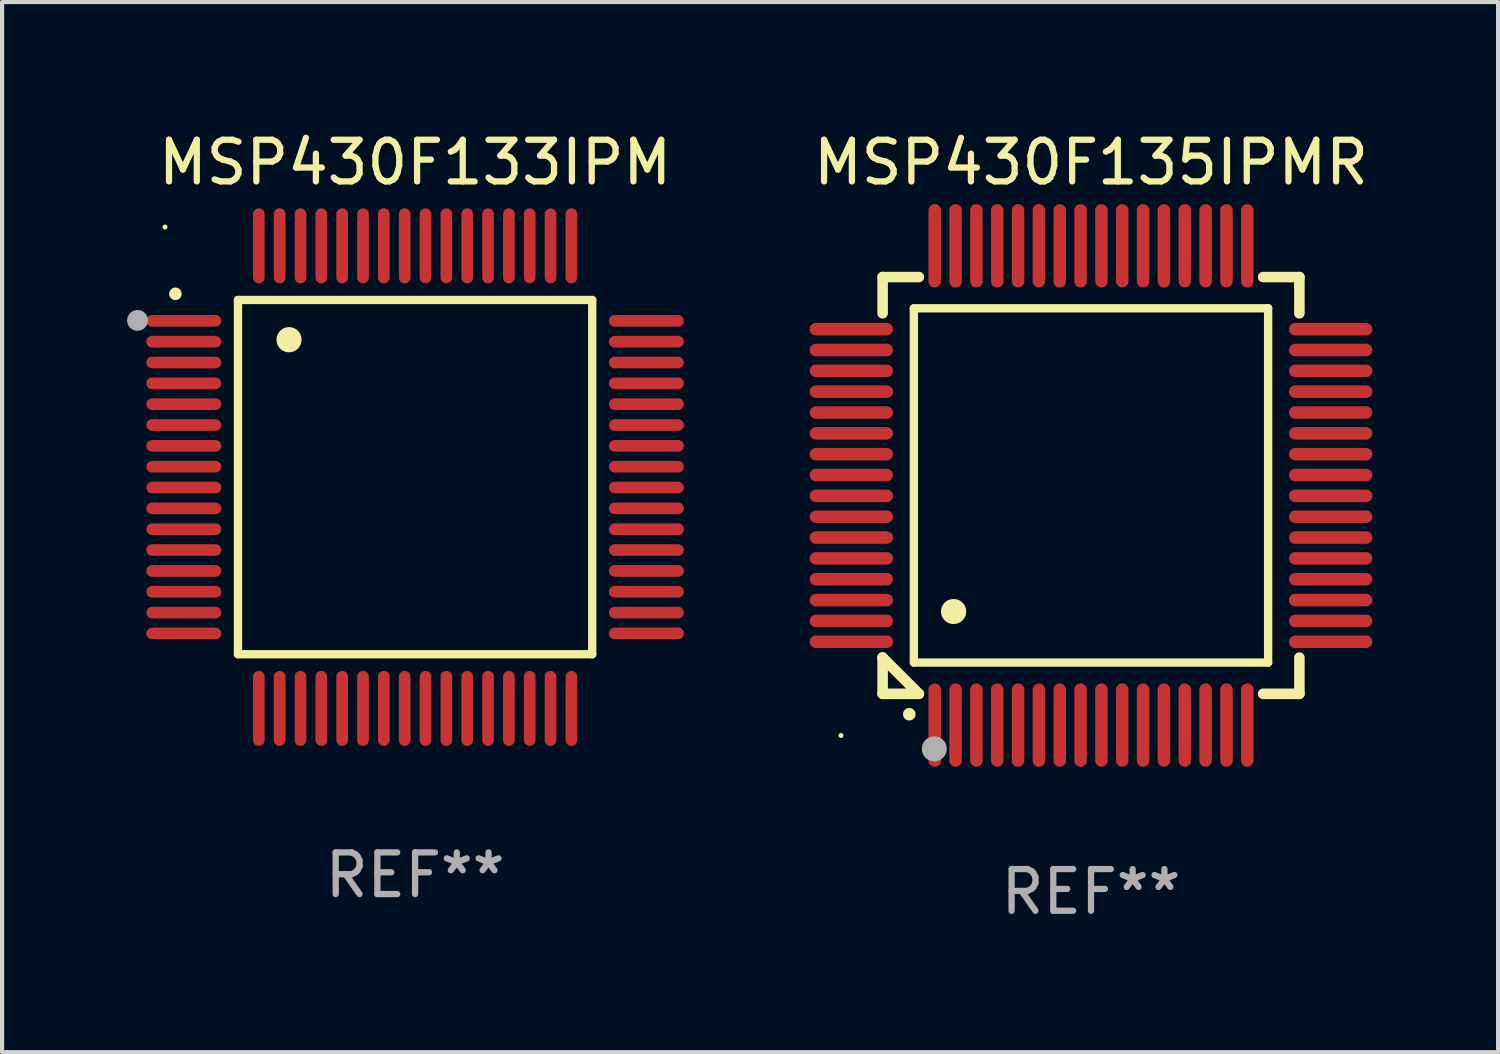
<source format=kicad_pcb>
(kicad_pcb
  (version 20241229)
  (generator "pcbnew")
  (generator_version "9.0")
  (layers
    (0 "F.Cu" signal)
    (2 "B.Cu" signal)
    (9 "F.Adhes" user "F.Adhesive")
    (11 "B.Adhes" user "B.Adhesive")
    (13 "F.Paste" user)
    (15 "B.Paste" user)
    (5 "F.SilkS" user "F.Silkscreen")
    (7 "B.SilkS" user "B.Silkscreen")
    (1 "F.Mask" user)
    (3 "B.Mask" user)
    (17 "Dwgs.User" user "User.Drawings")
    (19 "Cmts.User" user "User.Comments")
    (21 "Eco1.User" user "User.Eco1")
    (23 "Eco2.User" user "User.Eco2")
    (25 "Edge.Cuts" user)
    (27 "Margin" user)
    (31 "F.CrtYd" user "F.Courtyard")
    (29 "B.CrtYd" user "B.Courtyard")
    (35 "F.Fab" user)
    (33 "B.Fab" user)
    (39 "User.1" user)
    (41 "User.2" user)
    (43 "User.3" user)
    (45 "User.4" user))
  (footprint "MSP430F133IPM"
    (layer "F.Cu")
    (at 6.91 8.398)
    (property "Reference" "MSP430F133IPM" (at 0 -7.55 0) (layer "F.SilkS") (effects (font (size 1 1) (thickness 0.15))))
    (attr through_hole)
    (fp_line (start -4.25 -4.25) (end -4.25 4.25) (stroke (width 0.2) (type solid)) (layer "F.SilkS"))
    (fp_line (start -4.25 4.25) (end 4.25 4.25) (stroke (width 0.2) (type solid)) (layer "F.SilkS"))
    (fp_line (start 4.25 -4.25) (end -4.25 -4.25) (stroke (width 0.2) (type solid)) (layer "F.SilkS"))
    (fp_line (start 4.25 4.25) (end 4.25 -4.25) (stroke (width 0.2) (type solid)) (layer "F.SilkS"))
    (fp_arc (start -5.750572 -4.396749) (mid -5.750577 -4.398019) (end -5.750572 -4.399289) (stroke (width 0.3) (type solid)) (layer "F.SilkS"))
    (fp_arc (start -3.025146 -3.294387) (mid -3.025157 -3.296927) (end -3.025146 -3.299467) (stroke (width 0.6) (type solid)) (layer "F.SilkS"))
    (fp_circle (center -6 -6) (end -5.97 -6) (stroke (width 0.06) (type solid)) (fill no) (layer "F.SilkS"))
    (fp_circle (center -6.66 -3.76) (end -6.535 -3.76) (stroke (width 0.25) (type solid)) (fill no) (layer "F.Fab"))
    (fp_text user "REF**" (at 0 9.55 0) (layer "F.Fab") (effects (font (size 1 1) (thickness 0.15))))
    (pad "1" smd oval (at -5.55 -3.75) (size 1.8 0.28) (layers "F.Cu" "F.Mask" "F.Paste"))
    (pad "2" smd oval (at -5.55 -3.25) (size 1.8 0.28) (layers "F.Cu" "F.Mask" "F.Paste"))
    (pad "3" smd oval (at -5.55 -2.75) (size 1.8 0.28) (layers "F.Cu" "F.Mask" "F.Paste"))
    (pad "4" smd oval (at -5.55 -2.25) (size 1.8 0.28) (layers "F.Cu" "F.Mask" "F.Paste"))
    (pad "5" smd oval (at -5.55 -1.75) (size 1.8 0.28) (layers "F.Cu" "F.Mask" "F.Paste"))
    (pad "6" smd oval (at -5.55 -1.25) (size 1.8 0.28) (layers "F.Cu" "F.Mask" "F.Paste"))
    (pad "7" smd oval (at -5.55 -0.75) (size 1.8 0.28) (layers "F.Cu" "F.Mask" "F.Paste"))
    (pad "8" smd oval (at -5.55 -0.25) (size 1.8 0.28) (layers "F.Cu" "F.Mask" "F.Paste"))
    (pad "9" smd oval (at -5.55 0.25) (size 1.8 0.28) (layers "F.Cu" "F.Mask" "F.Paste"))
    (pad "10" smd oval (at -5.55 0.75) (size 1.8 0.28) (layers "F.Cu" "F.Mask" "F.Paste"))
    (pad "11" smd oval (at -5.55 1.25) (size 1.8 0.28) (layers "F.Cu" "F.Mask" "F.Paste"))
    (pad "12" smd oval (at -5.55 1.75) (size 1.8 0.28) (layers "F.Cu" "F.Mask" "F.Paste"))
    (pad "13" smd oval (at -5.55 2.25) (size 1.8 0.28) (layers "F.Cu" "F.Mask" "F.Paste"))
    (pad "14" smd oval (at -5.55 2.75) (size 1.8 0.28) (layers "F.Cu" "F.Mask" "F.Paste"))
    (pad "15" smd oval (at -5.55 3.25) (size 1.8 0.28) (layers "F.Cu" "F.Mask" "F.Paste"))
    (pad "16" smd oval (at -5.55 3.75) (size 1.8 0.28) (layers "F.Cu" "F.Mask" "F.Paste"))
    (pad "17" smd oval (at -3.75 5.55) (size 0.28 1.8) (layers "F.Cu" "F.Mask" "F.Paste"))
    (pad "18" smd oval (at -3.25 5.55) (size 0.28 1.8) (layers "F.Cu" "F.Mask" "F.Paste"))
    (pad "19" smd oval (at -2.75 5.55) (size 0.28 1.8) (layers "F.Cu" "F.Mask" "F.Paste"))
    (pad "20" smd oval (at -2.25 5.55) (size 0.28 1.8) (layers "F.Cu" "F.Mask" "F.Paste"))
    (pad "21" smd oval (at -1.75 5.55) (size 0.28 1.8) (layers "F.Cu" "F.Mask" "F.Paste"))
    (pad "22" smd oval (at -1.25 5.55) (size 0.28 1.8) (layers "F.Cu" "F.Mask" "F.Paste"))
    (pad "23" smd oval (at -0.75 5.55) (size 0.28 1.8) (layers "F.Cu" "F.Mask" "F.Paste"))
    (pad "24" smd oval (at -0.25 5.55) (size 0.28 1.8) (layers "F.Cu" "F.Mask" "F.Paste"))
    (pad "25" smd oval (at 0.25 5.55) (size 0.28 1.8) (layers "F.Cu" "F.Mask" "F.Paste"))
    (pad "26" smd oval (at 0.75 5.55) (size 0.28 1.8) (layers "F.Cu" "F.Mask" "F.Paste"))
    (pad "27" smd oval (at 1.25 5.55) (size 0.28 1.8) (layers "F.Cu" "F.Mask" "F.Paste"))
    (pad "28" smd oval (at 1.75 5.55) (size 0.28 1.8) (layers "F.Cu" "F.Mask" "F.Paste"))
    (pad "29" smd oval (at 2.25 5.55) (size 0.28 1.8) (layers "F.Cu" "F.Mask" "F.Paste"))
    (pad "30" smd oval (at 2.75 5.55) (size 0.28 1.8) (layers "F.Cu" "F.Mask" "F.Paste"))
    (pad "31" smd oval (at 3.25 5.55) (size 0.28 1.8) (layers "F.Cu" "F.Mask" "F.Paste"))
    (pad "32" smd oval (at 3.75 5.55) (size 0.28 1.8) (layers "F.Cu" "F.Mask" "F.Paste"))
    (pad "33" smd oval (at 5.55 3.75) (size 1.8 0.28) (layers "F.Cu" "F.Mask" "F.Paste"))
    (pad "34" smd oval (at 5.55 3.25) (size 1.8 0.28) (layers "F.Cu" "F.Mask" "F.Paste"))
    (pad "35" smd oval (at 5.55 2.75) (size 1.8 0.28) (layers "F.Cu" "F.Mask" "F.Paste"))
    (pad "36" smd oval (at 5.55 2.25) (size 1.8 0.28) (layers "F.Cu" "F.Mask" "F.Paste"))
    (pad "37" smd oval (at 5.55 1.75) (size 1.8 0.28) (layers "F.Cu" "F.Mask" "F.Paste"))
    (pad "38" smd oval (at 5.55 1.25) (size 1.8 0.28) (layers "F.Cu" "F.Mask" "F.Paste"))
    (pad "39" smd oval (at 5.55 0.75) (size 1.8 0.28) (layers "F.Cu" "F.Mask" "F.Paste"))
    (pad "40" smd oval (at 5.55 0.25) (size 1.8 0.28) (layers "F.Cu" "F.Mask" "F.Paste"))
    (pad "41" smd oval (at 5.55 -0.25) (size 1.8 0.28) (layers "F.Cu" "F.Mask" "F.Paste"))
    (pad "42" smd oval (at 5.55 -0.75) (size 1.8 0.28) (layers "F.Cu" "F.Mask" "F.Paste"))
    (pad "43" smd oval (at 5.55 -1.25) (size 1.8 0.28) (layers "F.Cu" "F.Mask" "F.Paste"))
    (pad "44" smd oval (at 5.55 -1.75) (size 1.8 0.28) (layers "F.Cu" "F.Mask" "F.Paste"))
    (pad "45" smd oval (at 5.55 -2.25) (size 1.8 0.28) (layers "F.Cu" "F.Mask" "F.Paste"))
    (pad "46" smd oval (at 5.55 -2.75) (size 1.8 0.28) (layers "F.Cu" "F.Mask" "F.Paste"))
    (pad "47" smd oval (at 5.55 -3.25) (size 1.8 0.28) (layers "F.Cu" "F.Mask" "F.Paste"))
    (pad "48" smd oval (at 5.55 -3.75) (size 1.8 0.28) (layers "F.Cu" "F.Mask" "F.Paste"))
    (pad "49" smd oval (at 3.75 -5.55) (size 0.28 1.8) (layers "F.Cu" "F.Mask" "F.Paste"))
    (pad "50" smd oval (at 3.25 -5.55) (size 0.28 1.8) (layers "F.Cu" "F.Mask" "F.Paste"))
    (pad "51" smd oval (at 2.75 -5.55) (size 0.28 1.8) (layers "F.Cu" "F.Mask" "F.Paste"))
    (pad "52" smd oval (at 2.25 -5.55) (size 0.28 1.8) (layers "F.Cu" "F.Mask" "F.Paste"))
    (pad "53" smd oval (at 1.75 -5.55) (size 0.28 1.8) (layers "F.Cu" "F.Mask" "F.Paste"))
    (pad "54" smd oval (at 1.25 -5.55) (size 0.28 1.8) (layers "F.Cu" "F.Mask" "F.Paste"))
    (pad "55" smd oval (at 0.75 -5.55) (size 0.28 1.8) (layers "F.Cu" "F.Mask" "F.Paste"))
    (pad "56" smd oval (at 0.25 -5.55) (size 0.28 1.8) (layers "F.Cu" "F.Mask" "F.Paste"))
    (pad "57" smd oval (at -0.25 -5.55) (size 0.28 1.8) (layers "F.Cu" "F.Mask" "F.Paste"))
    (pad "58" smd oval (at -0.75 -5.55) (size 0.28 1.8) (layers "F.Cu" "F.Mask" "F.Paste"))
    (pad "59" smd oval (at -1.25 -5.55) (size 0.28 1.8) (layers "F.Cu" "F.Mask" "F.Paste"))
    (pad "60" smd oval (at -1.75 -5.55) (size 0.28 1.8) (layers "F.Cu" "F.Mask" "F.Paste"))
    (pad "61" smd oval (at -2.25 -5.55) (size 0.28 1.8) (layers "F.Cu" "F.Mask" "F.Paste"))
    (pad "62" smd oval (at -2.75 -5.55) (size 0.28 1.8) (layers "F.Cu" "F.Mask" "F.Paste"))
    (pad "63" smd oval (at -3.25 -5.55) (size 0.28 1.8) (layers "F.Cu" "F.Mask" "F.Paste"))
    (pad "64" smd oval (at -3.75 -5.55) (size 0.28 1.8) (layers "F.Cu" "F.Mask" "F.Paste")))
  (footprint "MSP430F135IPMR"
    (layer "F.Cu")
    (at 23.128 8.598)
    (property "Reference" "MSP430F135IPMR" (at 0 -7.75 0) (layer "F.SilkS") (effects (font (size 1 1) (thickness 0.15))))
    (attr through_hole)
    (fp_line (start -5 -5) (end -4.131 -5) (stroke (width 0.254) (type solid)) (layer "F.SilkS"))
    (fp_line (start -5 -4.131) (end -5 -5) (stroke (width 0.254) (type solid)) (layer "F.SilkS"))
    (fp_line (start -5 4.131) (end -5 4.131) (stroke (width 0.254) (type solid)) (layer "F.SilkS"))
    (fp_line (start -5 5) (end -5 4.131) (stroke (width 0.254) (type solid)) (layer "F.SilkS"))
    (fp_line (start -5 4.131) (end -4.131 5) (stroke (width 0.254) (type solid)) (layer "F.SilkS"))
    (fp_line (start -4.25 -4.25) (end -4.25 4.25) (stroke (width 0.2) (type solid)) (layer "F.SilkS"))
    (fp_line (start -4.25 4.25) (end 4.25 4.25) (stroke (width 0.2) (type solid)) (layer "F.SilkS"))
    (fp_line (start -4.131 5) (end -5 5) (stroke (width 0.254) (type solid)) (layer "F.SilkS"))
    (fp_line (start 4.25 -4.25) (end -4.25 -4.25) (stroke (width 0.2) (type solid)) (layer "F.SilkS"))
    (fp_line (start 4.25 4.25) (end 4.25 -4.25) (stroke (width 0.2) (type solid)) (layer "F.SilkS"))
    (fp_line (start 5 -5) (end 4.131 -5) (stroke (width 0.254) (type solid)) (layer "F.SilkS"))
    (fp_line (start 5 -5) (end 5 -4.131) (stroke (width 0.254) (type solid)) (layer "F.SilkS"))
    (fp_line (start 5 4.131) (end 5 5) (stroke (width 0.254) (type solid)) (layer "F.SilkS"))
    (fp_line (start 5 5) (end 4.131 5) (stroke (width 0.254) (type solid)) (layer "F.SilkS"))
    (fp_arc (start -4.361265 5.489992) (mid -4.359995 5.489987) (end -4.358725 5.489992) (stroke (width 0.3) (type solid)) (layer "F.SilkS"))
    (fp_arc (start -3.299467 3.025146) (mid -3.296927 3.025135) (end -3.294387 3.025146) (stroke (width 0.6) (type solid)) (layer "F.SilkS"))
    (fp_circle (center -6 6) (end -5.97 6) (stroke (width 0.06) (type solid)) (fill no) (layer "F.SilkS"))
    (fp_circle (center -3.76 6.32) (end -3.61 6.32) (stroke (width 0.3) (type solid)) (fill no) (layer "F.Fab"))
    (fp_text user "REF**" (at 0 9.75 0) (layer "F.Fab") (effects (font (size 1 1) (thickness 0.15))))
    (pad "1" smd oval (at -3.75 5.75) (size 0.3 2) (layers "F.Cu" "F.Mask" "F.Paste"))
    (pad "2" smd oval (at -3.25 5.75) (size 0.3 2) (layers "F.Cu" "F.Mask" "F.Paste"))
    (pad "3" smd oval (at -2.75 5.75) (size 0.3 2) (layers "F.Cu" "F.Mask" "F.Paste"))
    (pad "4" smd oval (at -2.25 5.75) (size 0.3 2) (layers "F.Cu" "F.Mask" "F.Paste"))
    (pad "5" smd oval (at -1.75 5.75) (size 0.3 2) (layers "F.Cu" "F.Mask" "F.Paste"))
    (pad "6" smd oval (at -1.25 5.75) (size 0.3 2) (layers "F.Cu" "F.Mask" "F.Paste"))
    (pad "7" smd oval (at -0.75 5.75) (size 0.3 2) (layers "F.Cu" "F.Mask" "F.Paste"))
    (pad "8" smd oval (at -0.25 5.75) (size 0.3 2) (layers "F.Cu" "F.Mask" "F.Paste"))
    (pad "9" smd oval (at 0.25 5.75) (size 0.3 2) (layers "F.Cu" "F.Mask" "F.Paste"))
    (pad "10" smd oval (at 0.75 5.75) (size 0.3 2) (layers "F.Cu" "F.Mask" "F.Paste"))
    (pad "11" smd oval (at 1.25 5.75) (size 0.3 2) (layers "F.Cu" "F.Mask" "F.Paste"))
    (pad "12" smd oval (at 1.75 5.75) (size 0.3 2) (layers "F.Cu" "F.Mask" "F.Paste"))
    (pad "13" smd oval (at 2.25 5.75) (size 0.3 2) (layers "F.Cu" "F.Mask" "F.Paste"))
    (pad "14" smd oval (at 2.75 5.75) (size 0.3 2) (layers "F.Cu" "F.Mask" "F.Paste"))
    (pad "15" smd oval (at 3.25 5.75) (size 0.3 2) (layers "F.Cu" "F.Mask" "F.Paste"))
    (pad "16" smd oval (at 3.75 5.75) (size 0.3 2) (layers "F.Cu" "F.Mask" "F.Paste"))
    (pad "17" smd oval (at 5.75 3.75) (size 2 0.3) (layers "F.Cu" "F.Mask" "F.Paste"))
    (pad "18" smd oval (at 5.75 3.25) (size 2 0.3) (layers "F.Cu" "F.Mask" "F.Paste"))
    (pad "19" smd oval (at 5.75 2.75) (size 2 0.3) (layers "F.Cu" "F.Mask" "F.Paste"))
    (pad "20" smd oval (at 5.75 2.25) (size 2 0.3) (layers "F.Cu" "F.Mask" "F.Paste"))
    (pad "21" smd oval (at 5.75 1.75) (size 2 0.3) (layers "F.Cu" "F.Mask" "F.Paste"))
    (pad "22" smd oval (at 5.75 1.25) (size 2 0.3) (layers "F.Cu" "F.Mask" "F.Paste"))
    (pad "23" smd oval (at 5.75 0.75) (size 2 0.3) (layers "F.Cu" "F.Mask" "F.Paste"))
    (pad "24" smd oval (at 5.75 0.25) (size 2 0.3) (layers "F.Cu" "F.Mask" "F.Paste"))
    (pad "25" smd oval (at 5.75 -0.25) (size 2 0.3) (layers "F.Cu" "F.Mask" "F.Paste"))
    (pad "26" smd oval (at 5.75 -0.75) (size 2 0.3) (layers "F.Cu" "F.Mask" "F.Paste"))
    (pad "27" smd oval (at 5.75 -1.25) (size 2 0.3) (layers "F.Cu" "F.Mask" "F.Paste"))
    (pad "28" smd oval (at 5.75 -1.75) (size 2 0.3) (layers "F.Cu" "F.Mask" "F.Paste"))
    (pad "29" smd oval (at 5.75 -2.25) (size 2 0.3) (layers "F.Cu" "F.Mask" "F.Paste"))
    (pad "30" smd oval (at 5.75 -2.75) (size 2 0.3) (layers "F.Cu" "F.Mask" "F.Paste"))
    (pad "31" smd oval (at 5.75 -3.25) (size 2 0.3) (layers "F.Cu" "F.Mask" "F.Paste"))
    (pad "32" smd oval (at 5.75 -3.75) (size 2 0.3) (layers "F.Cu" "F.Mask" "F.Paste"))
    (pad "33" smd oval (at 3.75 -5.75) (size 0.3 2) (layers "F.Cu" "F.Mask" "F.Paste"))
    (pad "34" smd oval (at 3.25 -5.75) (size 0.3 2) (layers "F.Cu" "F.Mask" "F.Paste"))
    (pad "35" smd oval (at 2.75 -5.75) (size 0.3 2) (layers "F.Cu" "F.Mask" "F.Paste"))
    (pad "36" smd oval (at 2.25 -5.75) (size 0.3 2) (layers "F.Cu" "F.Mask" "F.Paste"))
    (pad "37" smd oval (at 1.75 -5.75) (size 0.3 2) (layers "F.Cu" "F.Mask" "F.Paste"))
    (pad "38" smd oval (at 1.25 -5.75) (size 0.3 2) (layers "F.Cu" "F.Mask" "F.Paste"))
    (pad "39" smd oval (at 0.75 -5.75) (size 0.3 2) (layers "F.Cu" "F.Mask" "F.Paste"))
    (pad "40" smd oval (at 0.25 -5.75) (size 0.3 2) (layers "F.Cu" "F.Mask" "F.Paste"))
    (pad "41" smd oval (at -0.25 -5.75) (size 0.3 2) (layers "F.Cu" "F.Mask" "F.Paste"))
    (pad "42" smd oval (at -0.75 -5.75) (size 0.3 2) (layers "F.Cu" "F.Mask" "F.Paste"))
    (pad "43" smd oval (at -1.25 -5.75) (size 0.3 2) (layers "F.Cu" "F.Mask" "F.Paste"))
    (pad "44" smd oval (at -1.75 -5.75) (size 0.3 2) (layers "F.Cu" "F.Mask" "F.Paste"))
    (pad "45" smd oval (at -2.25 -5.75) (size 0.3 2) (layers "F.Cu" "F.Mask" "F.Paste"))
    (pad "46" smd oval (at -2.75 -5.75) (size 0.3 2) (layers "F.Cu" "F.Mask" "F.Paste"))
    (pad "47" smd oval (at -3.25 -5.75) (size 0.3 2) (layers "F.Cu" "F.Mask" "F.Paste"))
    (pad "48" smd oval (at -3.75 -5.75) (size 0.3 2) (layers "F.Cu" "F.Mask" "F.Paste"))
    (pad "49" smd oval (at -5.75 -3.75) (size 2 0.3) (layers "F.Cu" "F.Mask" "F.Paste"))
    (pad "50" smd oval (at -5.75 -3.25) (size 2 0.3) (layers "F.Cu" "F.Mask" "F.Paste"))
    (pad "51" smd oval (at -5.75 -2.75) (size 2 0.3) (layers "F.Cu" "F.Mask" "F.Paste"))
    (pad "52" smd oval (at -5.75 -2.25) (size 2 0.3) (layers "F.Cu" "F.Mask" "F.Paste"))
    (pad "53" smd oval (at -5.75 -1.75) (size 2 0.3) (layers "F.Cu" "F.Mask" "F.Paste"))
    (pad "54" smd oval (at -5.75 -1.25) (size 2 0.3) (layers "F.Cu" "F.Mask" "F.Paste"))
    (pad "55" smd oval (at -5.75 -0.75) (size 2 0.3) (layers "F.Cu" "F.Mask" "F.Paste"))
    (pad "56" smd oval (at -5.75 -0.25) (size 2 0.3) (layers "F.Cu" "F.Mask" "F.Paste"))
    (pad "57" smd oval (at -5.75 0.25) (size 2 0.3) (layers "F.Cu" "F.Mask" "F.Paste"))
    (pad "58" smd oval (at -5.75 0.75) (size 2 0.3) (layers "F.Cu" "F.Mask" "F.Paste"))
    (pad "59" smd oval (at -5.75 1.25) (size 2 0.3) (layers "F.Cu" "F.Mask" "F.Paste"))
    (pad "60" smd oval (at -5.75 1.75) (size 2 0.3) (layers "F.Cu" "F.Mask" "F.Paste"))
    (pad "61" smd oval (at -5.75 2.25) (size 2 0.3) (layers "F.Cu" "F.Mask" "F.Paste"))
    (pad "62" smd oval (at -5.75 2.75) (size 2 0.3) (layers "F.Cu" "F.Mask" "F.Paste"))
    (pad "63" smd oval (at -5.75 3.25) (size 2 0.3) (layers "F.Cu" "F.Mask" "F.Paste"))
    (pad "64" smd oval (at -5.75 3.75) (size 2 0.3) (layers "F.Cu" "F.Mask" "F.Paste")))
  (gr_rect
    (start -3 -3)
    (end 32.896 22.196)
    (stroke (width 0.1) (type default))
    (fill no)
    (layer "Edge.Cuts")))
</source>
